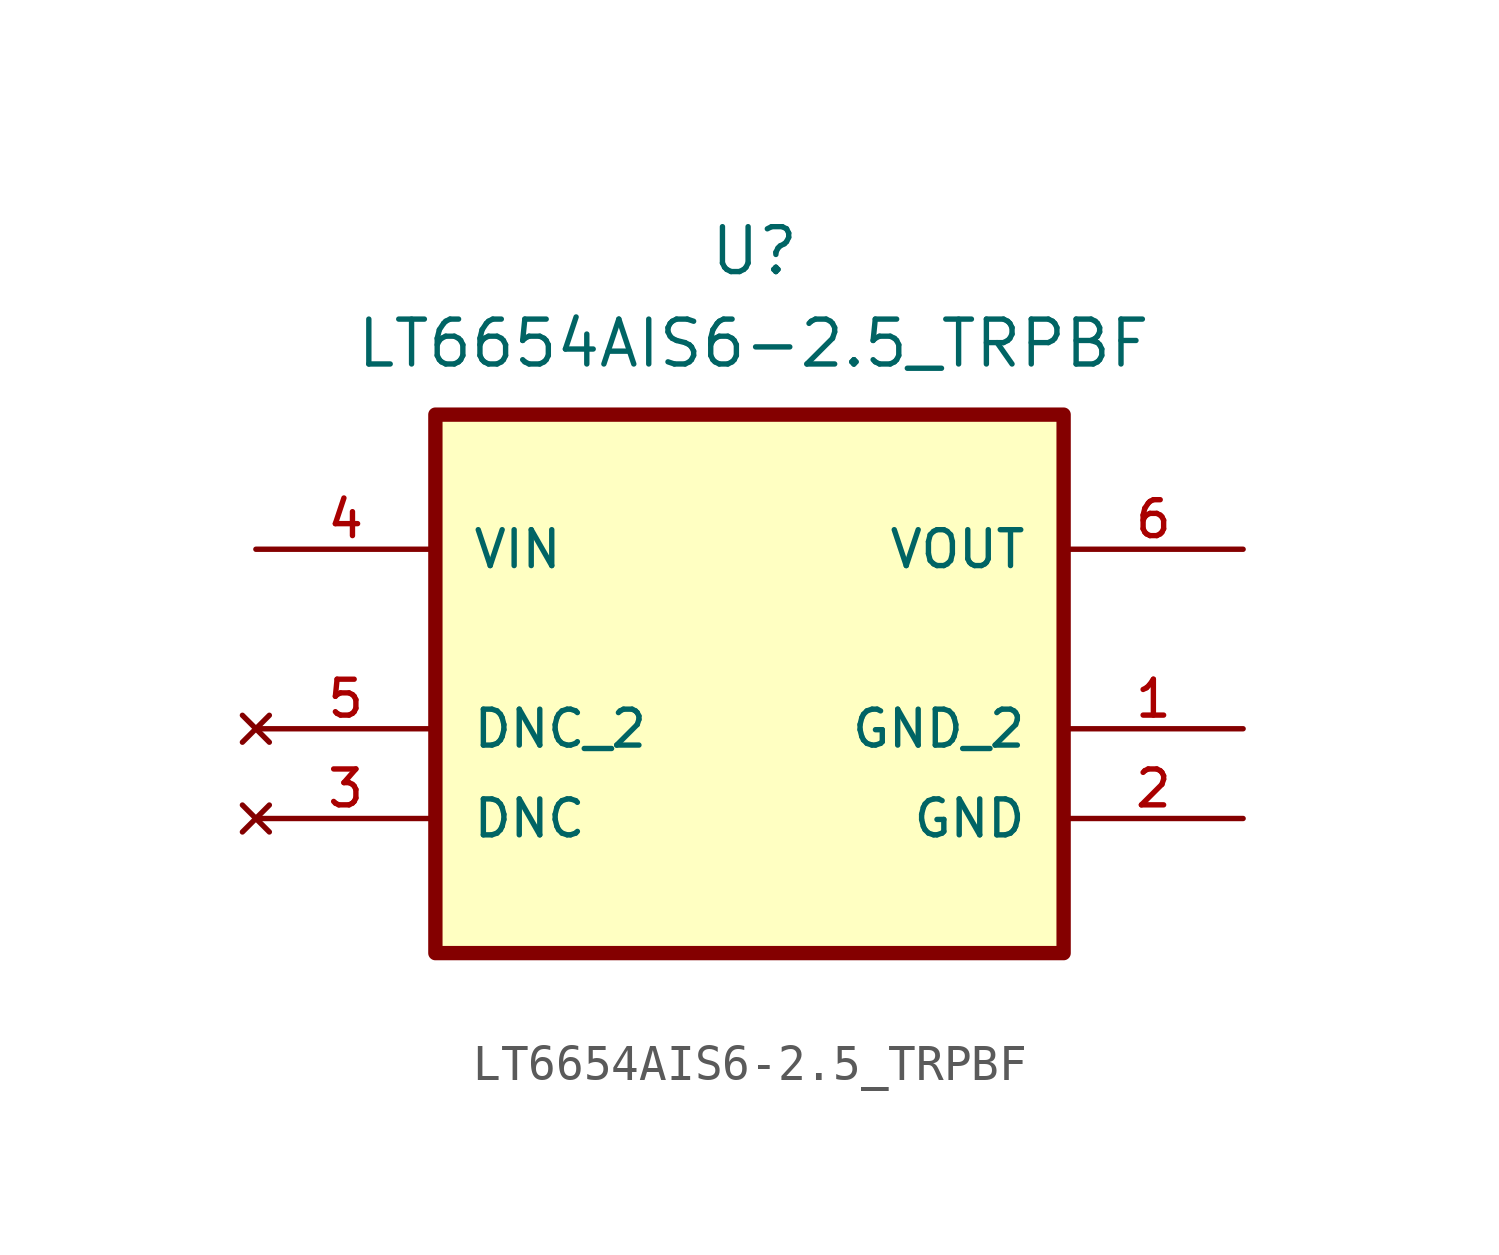
<source format=kicad_sym>
(kicad_symbol_lib
  (version 20241209)
  (generator "kicad_symbol_editor")
  (generator_version "9.0")
  (symbol "LT6654AIS6-2.5_TRPBF"
    (pin_names
      (offset 1.016))
    (property "Reference" "U"
      (at -4.978 12.776 0)
      (effects (font (size 1.27 1.27)) (justify left bottom)))
    (property "Value" "LT6654AIS6-2.5_TRPBF"
      (at -14.986 10.16 0)
      (effects (font (size 1.27 1.27)) (justify left bottom)))
    (symbol "LT6654AIS6-2.5_TRPBF_0_0"
      (rectangle (start -12.7 8.89) (end 5.08 -6.35) (stroke (width 0.406) (type default)) (fill (type background)))
      (pin power_in line (at -17.78 5.08 0) (length 5.08) (name "VIN" (effects (font (size 1.016 1.016)))) (number "4" (effects (font (size 1.016 1.016)))))
      (pin no_connect line (at -17.78 0 0) (length 5.08) (name "DNC_2" (effects (font (size 1.016 1.016)))) (number "5" (effects (font (size 1.016 1.016)))))
      (pin no_connect line (at -17.78 -2.54 0) (length 5.08) (name "DNC" (effects (font (size 1.016 1.016)))) (number "3" (effects (font (size 1.016 1.016)))))
      (pin output line (at 10.16 5.08 180) (length 5.08) (name "VOUT" (effects (font (size 1.016 1.016)))) (number "6" (effects (font (size 1.016 1.016)))))
      (pin passive line (at 10.16 0 180) (length 5.08) (name "GND_2" (effects (font (size 1.016 1.016)))) (number "1" (effects (font (size 1.016 1.016)))))
      (pin passive line (at 10.16 -2.54 180) (length 5.08) (name "GND" (effects (font (size 1.016 1.016)))) (number "2" (effects (font (size 1.016 1.016))))))))
</source>
